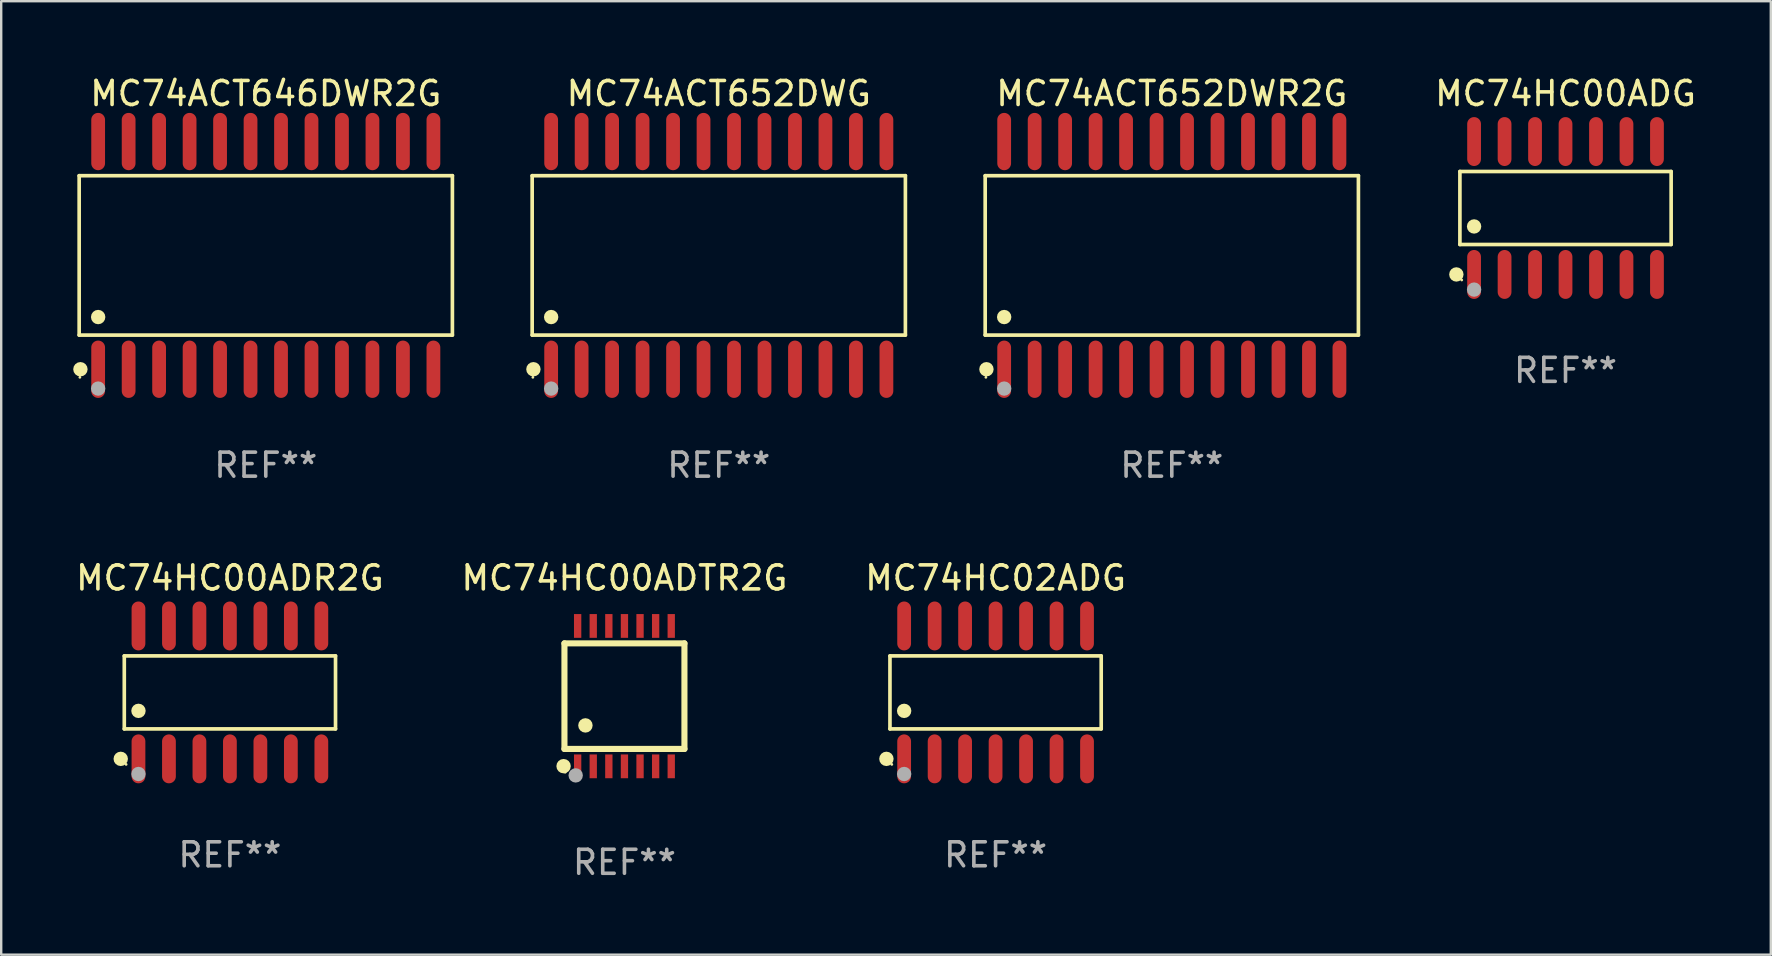
<source format=kicad_pcb>
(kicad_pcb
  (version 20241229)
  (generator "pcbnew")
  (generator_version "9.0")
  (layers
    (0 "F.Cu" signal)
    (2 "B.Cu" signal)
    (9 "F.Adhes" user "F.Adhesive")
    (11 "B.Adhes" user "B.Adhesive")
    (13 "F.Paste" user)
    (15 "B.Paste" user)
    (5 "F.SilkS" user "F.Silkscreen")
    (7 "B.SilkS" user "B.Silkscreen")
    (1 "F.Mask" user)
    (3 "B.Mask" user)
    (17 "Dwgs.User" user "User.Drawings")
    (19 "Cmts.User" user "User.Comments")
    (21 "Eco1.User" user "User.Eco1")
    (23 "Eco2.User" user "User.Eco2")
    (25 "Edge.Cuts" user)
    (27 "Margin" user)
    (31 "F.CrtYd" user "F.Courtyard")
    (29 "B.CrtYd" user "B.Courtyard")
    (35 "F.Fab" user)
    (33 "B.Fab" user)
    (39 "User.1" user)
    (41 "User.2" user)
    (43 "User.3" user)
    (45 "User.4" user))
  (footprint "MC74HC00ADR2G"
    (layer "F.Cu")
    (at 6.53 25.802)
    (property "Reference" "MC74HC00ADR2G" (at 0 -4.769 0) (layer "F.SilkS") (effects (font (size 1 1) (thickness 0.15))))
    (attr through_hole)
    (fp_line (start -4.401 -1.521) (end 4.401 -1.521) (stroke (width 0.152) (type solid)) (layer "F.SilkS"))
    (fp_line (start -4.401 1.521) (end -4.401 -1.521) (stroke (width 0.152) (type solid)) (layer "F.SilkS"))
    (fp_line (start 4.401 -1.521) (end 4.401 1.521) (stroke (width 0.152) (type solid)) (layer "F.SilkS"))
    (fp_line (start 4.401 1.521) (end -4.401 1.521) (stroke (width 0.152) (type solid)) (layer "F.SilkS"))
    (fp_circle (center -4.549 2.769) (end -4.399 2.769) (stroke (width 0.3) (type solid)) (fill no) (layer "F.SilkS"))
    (fp_circle (center -4.325 3) (end -4.295 3) (stroke (width 0.06) (type solid)) (fill no) (layer "F.SilkS"))
    (fp_circle (center -3.81 0.769) (end -3.66 0.769) (stroke (width 0.3) (type solid)) (fill no) (layer "F.SilkS"))
    (fp_circle (center -3.81 3.4) (end -3.66 3.4) (stroke (width 0.3) (type solid)) (fill no) (layer "F.Fab"))
    (fp_text user "REF**" (at 0 6.769 0) (layer "F.Fab") (effects (font (size 1 1) (thickness 0.15))))
    (pad "1" smd oval (at -3.81 2.769) (size 0.574 2.038) (layers "F.Cu" "F.Mask" "F.Paste"))
    (pad "2" smd oval (at -2.54 2.769) (size 0.574 2.038) (layers "F.Cu" "F.Mask" "F.Paste"))
    (pad "3" smd oval (at -1.27 2.769) (size 0.574 2.038) (layers "F.Cu" "F.Mask" "F.Paste"))
    (pad "4" smd oval (at 0 2.769) (size 0.574 2.038) (layers "F.Cu" "F.Mask" "F.Paste"))
    (pad "5" smd oval (at 1.27 2.769) (size 0.574 2.038) (layers "F.Cu" "F.Mask" "F.Paste"))
    (pad "6" smd oval (at 2.54 2.769) (size 0.574 2.038) (layers "F.Cu" "F.Mask" "F.Paste"))
    (pad "7" smd oval (at 3.81 2.769) (size 0.574 2.038) (layers "F.Cu" "F.Mask" "F.Paste"))
    (pad "8" smd oval (at 3.81 -2.769) (size 0.574 2.038) (layers "F.Cu" "F.Mask" "F.Paste"))
    (pad "9" smd oval (at 2.54 -2.769) (size 0.574 2.038) (layers "F.Cu" "F.Mask" "F.Paste"))
    (pad "10" smd oval (at 1.27 -2.769) (size 0.574 2.038) (layers "F.Cu" "F.Mask" "F.Paste"))
    (pad "11" smd oval (at 0 -2.769) (size 0.574 2.038) (layers "F.Cu" "F.Mask" "F.Paste"))
    (pad "12" smd oval (at -1.27 -2.769) (size 0.574 2.038) (layers "F.Cu" "F.Mask" "F.Paste"))
    (pad "13" smd oval (at -2.54 -2.769) (size 0.574 2.038) (layers "F.Cu" "F.Mask" "F.Paste"))
    (pad "14" smd oval (at -3.81 -2.769) (size 0.574 2.038) (layers "F.Cu" "F.Mask" "F.Paste")))
  (footprint "MC74HC00ADG"
    (layer "F.Cu")
    (at 62.184 5.617)
    (property "Reference" "MC74HC00ADG" (at 0 -4.769 0) (layer "F.SilkS") (effects (font (size 1 1) (thickness 0.15))))
    (attr through_hole)
    (fp_line (start -4.401 -1.521) (end 4.401 -1.521) (stroke (width 0.152) (type solid)) (layer "F.SilkS"))
    (fp_line (start -4.401 1.521) (end -4.401 -1.521) (stroke (width 0.152) (type solid)) (layer "F.SilkS"))
    (fp_line (start 4.401 -1.521) (end 4.401 1.521) (stroke (width 0.152) (type solid)) (layer "F.SilkS"))
    (fp_line (start 4.401 1.521) (end -4.401 1.521) (stroke (width 0.152) (type solid)) (layer "F.SilkS"))
    (fp_circle (center -4.549 2.769) (end -4.399 2.769) (stroke (width 0.3) (type solid)) (fill no) (layer "F.SilkS"))
    (fp_circle (center -4.325 3) (end -4.295 3) (stroke (width 0.06) (type solid)) (fill no) (layer "F.SilkS"))
    (fp_circle (center -3.81 0.769) (end -3.66 0.769) (stroke (width 0.3) (type solid)) (fill no) (layer "F.SilkS"))
    (fp_circle (center -3.81 3.4) (end -3.66 3.4) (stroke (width 0.3) (type solid)) (fill no) (layer "F.Fab"))
    (fp_text user "REF**" (at 0 6.769 0) (layer "F.Fab") (effects (font (size 1 1) (thickness 0.15))))
    (pad "1" smd oval (at -3.81 2.769) (size 0.574 2.038) (layers "F.Cu" "F.Mask" "F.Paste"))
    (pad "2" smd oval (at -2.54 2.769) (size 0.574 2.038) (layers "F.Cu" "F.Mask" "F.Paste"))
    (pad "3" smd oval (at -1.27 2.769) (size 0.574 2.038) (layers "F.Cu" "F.Mask" "F.Paste"))
    (pad "4" smd oval (at 0 2.769) (size 0.574 2.038) (layers "F.Cu" "F.Mask" "F.Paste"))
    (pad "5" smd oval (at 1.27 2.769) (size 0.574 2.038) (layers "F.Cu" "F.Mask" "F.Paste"))
    (pad "6" smd oval (at 2.54 2.769) (size 0.574 2.038) (layers "F.Cu" "F.Mask" "F.Paste"))
    (pad "7" smd oval (at 3.81 2.769) (size 0.574 2.038) (layers "F.Cu" "F.Mask" "F.Paste"))
    (pad "8" smd oval (at 3.81 -2.769) (size 0.574 2.038) (layers "F.Cu" "F.Mask" "F.Paste"))
    (pad "9" smd oval (at 2.54 -2.769) (size 0.574 2.038) (layers "F.Cu" "F.Mask" "F.Paste"))
    (pad "10" smd oval (at 1.27 -2.769) (size 0.574 2.038) (layers "F.Cu" "F.Mask" "F.Paste"))
    (pad "11" smd oval (at 0 -2.769) (size 0.574 2.038) (layers "F.Cu" "F.Mask" "F.Paste"))
    (pad "12" smd oval (at -1.27 -2.769) (size 0.574 2.038) (layers "F.Cu" "F.Mask" "F.Paste"))
    (pad "13" smd oval (at -2.54 -2.769) (size 0.574 2.038) (layers "F.Cu" "F.Mask" "F.Paste"))
    (pad "14" smd oval (at -3.81 -2.769) (size 0.574 2.038) (layers "F.Cu" "F.Mask" "F.Paste")))
  (footprint "MC74ACT646DWR2G"
    (layer "F.Cu")
    (at 8.025 7.592)
    (property "Reference" "MC74ACT646DWR2G" (at 0 -6.744 0) (layer "F.SilkS") (effects (font (size 1 1) (thickness 0.15))))
    (attr through_hole)
    (fp_line (start -7.776 -3.321) (end 7.776 -3.321) (stroke (width 0.152) (type solid)) (layer "F.SilkS"))
    (fp_line (start -7.776 3.321) (end -7.776 -3.321) (stroke (width 0.152) (type solid)) (layer "F.SilkS"))
    (fp_line (start 7.776 -3.321) (end 7.776 3.321) (stroke (width 0.152) (type solid)) (layer "F.SilkS"))
    (fp_line (start 7.776 3.321) (end -7.776 3.321) (stroke (width 0.152) (type solid)) (layer "F.SilkS"))
    (fp_circle (center -7.747 5.08) (end -7.717 5.08) (stroke (width 0.06) (type solid)) (fill no) (layer "F.SilkS"))
    (fp_circle (center -7.724 4.744) (end -7.574 4.744) (stroke (width 0.3) (type solid)) (fill no) (layer "F.SilkS"))
    (fp_circle (center -6.985 2.569) (end -6.835 2.569) (stroke (width 0.3) (type solid)) (fill no) (layer "F.SilkS"))
    (fp_circle (center -6.985 5.55) (end -6.835 5.55) (stroke (width 0.3) (type solid)) (fill no) (layer "F.Fab"))
    (fp_text user "REF**" (at 0 8.744 0) (layer "F.Fab") (effects (font (size 1 1) (thickness 0.15))))
    (pad "1" smd oval (at -6.985 4.744) (size 0.574 2.388) (layers "F.Cu" "F.Mask" "F.Paste"))
    (pad "2" smd oval (at -5.715 4.744) (size 0.574 2.388) (layers "F.Cu" "F.Mask" "F.Paste"))
    (pad "3" smd oval (at -4.445 4.744) (size 0.574 2.388) (layers "F.Cu" "F.Mask" "F.Paste"))
    (pad "4" smd oval (at -3.175 4.744) (size 0.574 2.388) (layers "F.Cu" "F.Mask" "F.Paste"))
    (pad "5" smd oval (at -1.905 4.744) (size 0.574 2.388) (layers "F.Cu" "F.Mask" "F.Paste"))
    (pad "6" smd oval (at -0.635 4.744) (size 0.574 2.388) (layers "F.Cu" "F.Mask" "F.Paste"))
    (pad "7" smd oval (at 0.635 4.744) (size 0.574 2.388) (layers "F.Cu" "F.Mask" "F.Paste"))
    (pad "8" smd oval (at 1.905 4.744) (size 0.574 2.388) (layers "F.Cu" "F.Mask" "F.Paste"))
    (pad "9" smd oval (at 3.175 4.744) (size 0.574 2.388) (layers "F.Cu" "F.Mask" "F.Paste"))
    (pad "10" smd oval (at 4.445 4.744) (size 0.574 2.388) (layers "F.Cu" "F.Mask" "F.Paste"))
    (pad "11" smd oval (at 5.715 4.744) (size 0.574 2.388) (layers "F.Cu" "F.Mask" "F.Paste"))
    (pad "12" smd oval (at 6.985 4.744) (size 0.574 2.388) (layers "F.Cu" "F.Mask" "F.Paste"))
    (pad "13" smd oval (at 6.985 -4.744) (size 0.574 2.388) (layers "F.Cu" "F.Mask" "F.Paste"))
    (pad "14" smd oval (at 5.715 -4.744) (size 0.574 2.388) (layers "F.Cu" "F.Mask" "F.Paste"))
    (pad "15" smd oval (at 4.445 -4.744) (size 0.574 2.388) (layers "F.Cu" "F.Mask" "F.Paste"))
    (pad "16" smd oval (at 3.175 -4.744) (size 0.574 2.388) (layers "F.Cu" "F.Mask" "F.Paste"))
    (pad "17" smd oval (at 1.905 -4.744) (size 0.574 2.388) (layers "F.Cu" "F.Mask" "F.Paste"))
    (pad "18" smd oval (at 0.635 -4.744) (size 0.574 2.388) (layers "F.Cu" "F.Mask" "F.Paste"))
    (pad "19" smd oval (at -0.635 -4.744) (size 0.574 2.388) (layers "F.Cu" "F.Mask" "F.Paste"))
    (pad "20" smd oval (at -1.905 -4.744) (size 0.574 2.388) (layers "F.Cu" "F.Mask" "F.Paste"))
    (pad "21" smd oval (at -3.175 -4.744) (size 0.574 2.388) (layers "F.Cu" "F.Mask" "F.Paste"))
    (pad "22" smd oval (at -4.445 -4.744) (size 0.574 2.388) (layers "F.Cu" "F.Mask" "F.Paste"))
    (pad "23" smd oval (at -5.715 -4.744) (size 0.574 2.388) (layers "F.Cu" "F.Mask" "F.Paste"))
    (pad "24" smd oval (at -6.985 -4.744) (size 0.574 2.388) (layers "F.Cu" "F.Mask" "F.Paste")))
  (footprint "MC74HC00ADTR2G"
    (layer "F.Cu")
    (at 22.97 25.958)
    (property "Reference" "MC74HC00ADTR2G" (at 0 -4.925 0) (layer "F.SilkS") (effects (font (size 1 1) (thickness 0.15))))
    (attr through_hole)
    (fp_line (start -2.5 2.2) (end -2.5 -2.2) (stroke (width 0.254) (type solid)) (layer "F.SilkS"))
    (fp_line (start -2.5 2.2) (end 2.5 2.2) (stroke (width 0.254) (type solid)) (layer "F.SilkS"))
    (fp_line (start 2.5 -2.2) (end -2.5 -2.2) (stroke (width 0.254) (type solid)) (layer "F.SilkS"))
    (fp_line (start 2.5 -2.2) (end 2.5 2.2) (stroke (width 0.254) (type solid)) (layer "F.SilkS"))
    (fp_circle (center -2.536 2.917) (end -2.386 2.917) (stroke (width 0.3) (type solid)) (fill no) (layer "F.SilkS"))
    (fp_circle (center -2.47 3.17) (end -2.44 3.17) (stroke (width 0.06) (type solid)) (fill no) (layer "F.SilkS"))
    (fp_circle (center -1.626 1.219) (end -1.475 1.219) (stroke (width 0.3) (type solid)) (fill no) (layer "F.SilkS"))
    (fp_circle (center -2.032 3.302) (end -1.882 3.302) (stroke (width 0.3) (type solid)) (fill no) (layer "F.Fab"))
    (fp_text user "REF**" (at 0 6.925 0) (layer "F.Fab") (effects (font (size 1 1) (thickness 0.15))))
    (pad "1" smd rect (at -1.95 2.925) (size 0.305 0.991) (layers "F.Cu" "F.Mask" "F.Paste"))
    (pad "2" smd rect (at -1.3 2.925) (size 0.305 0.991) (layers "F.Cu" "F.Mask" "F.Paste"))
    (pad "3" smd rect (at -0.65 2.925) (size 0.305 0.991) (layers "F.Cu" "F.Mask" "F.Paste"))
    (pad "4" smd rect (at 0 2.925) (size 0.305 0.991) (layers "F.Cu" "F.Mask" "F.Paste"))
    (pad "5" smd rect (at 0.65 2.925) (size 0.305 0.991) (layers "F.Cu" "F.Mask" "F.Paste"))
    (pad "6" smd rect (at 1.3 2.925) (size 0.305 0.991) (layers "F.Cu" "F.Mask" "F.Paste"))
    (pad "7" smd rect (at 1.95 2.925) (size 0.305 0.991) (layers "F.Cu" "F.Mask" "F.Paste"))
    (pad "8" smd rect (at 1.95 -2.925) (size 0.305 0.991) (layers "F.Cu" "F.Mask" "F.Paste"))
    (pad "9" smd rect (at 1.3 -2.925) (size 0.305 0.991) (layers "F.Cu" "F.Mask" "F.Paste"))
    (pad "10" smd rect (at 0.65 -2.925) (size 0.305 0.991) (layers "F.Cu" "F.Mask" "F.Paste"))
    (pad "11" smd rect (at 0 -2.925) (size 0.305 0.991) (layers "F.Cu" "F.Mask" "F.Paste"))
    (pad "12" smd rect (at -0.65 -2.925) (size 0.305 0.991) (layers "F.Cu" "F.Mask" "F.Paste"))
    (pad "13" smd rect (at -1.3 -2.925) (size 0.305 0.991) (layers "F.Cu" "F.Mask" "F.Paste"))
    (pad "14" smd rect (at -1.95 -2.925) (size 0.305 0.991) (layers "F.Cu" "F.Mask" "F.Paste")))
  (footprint "MC74ACT652DWR2G"
    (layer "F.Cu")
    (at 45.778 7.592)
    (property "Reference" "MC74ACT652DWR2G" (at 0 -6.744 0) (layer "F.SilkS") (effects (font (size 1 1) (thickness 0.15))))
    (attr through_hole)
    (fp_line (start -7.776 -3.321) (end 7.776 -3.321) (stroke (width 0.152) (type solid)) (layer "F.SilkS"))
    (fp_line (start -7.776 3.321) (end -7.776 -3.321) (stroke (width 0.152) (type solid)) (layer "F.SilkS"))
    (fp_line (start 7.776 -3.321) (end 7.776 3.321) (stroke (width 0.152) (type solid)) (layer "F.SilkS"))
    (fp_line (start 7.776 3.321) (end -7.776 3.321) (stroke (width 0.152) (type solid)) (layer "F.SilkS"))
    (fp_circle (center -7.747 5.08) (end -7.717 5.08) (stroke (width 0.06) (type solid)) (fill no) (layer "F.SilkS"))
    (fp_circle (center -7.724 4.744) (end -7.574 4.744) (stroke (width 0.3) (type solid)) (fill no) (layer "F.SilkS"))
    (fp_circle (center -6.985 2.569) (end -6.835 2.569) (stroke (width 0.3) (type solid)) (fill no) (layer "F.SilkS"))
    (fp_circle (center -6.985 5.55) (end -6.835 5.55) (stroke (width 0.3) (type solid)) (fill no) (layer "F.Fab"))
    (fp_text user "REF**" (at 0 8.744 0) (layer "F.Fab") (effects (font (size 1 1) (thickness 0.15))))
    (pad "1" smd oval (at -6.985 4.744) (size 0.574 2.388) (layers "F.Cu" "F.Mask" "F.Paste"))
    (pad "2" smd oval (at -5.715 4.744) (size 0.574 2.388) (layers "F.Cu" "F.Mask" "F.Paste"))
    (pad "3" smd oval (at -4.445 4.744) (size 0.574 2.388) (layers "F.Cu" "F.Mask" "F.Paste"))
    (pad "4" smd oval (at -3.175 4.744) (size 0.574 2.388) (layers "F.Cu" "F.Mask" "F.Paste"))
    (pad "5" smd oval (at -1.905 4.744) (size 0.574 2.388) (layers "F.Cu" "F.Mask" "F.Paste"))
    (pad "6" smd oval (at -0.635 4.744) (size 0.574 2.388) (layers "F.Cu" "F.Mask" "F.Paste"))
    (pad "7" smd oval (at 0.635 4.744) (size 0.574 2.388) (layers "F.Cu" "F.Mask" "F.Paste"))
    (pad "8" smd oval (at 1.905 4.744) (size 0.574 2.388) (layers "F.Cu" "F.Mask" "F.Paste"))
    (pad "9" smd oval (at 3.175 4.744) (size 0.574 2.388) (layers "F.Cu" "F.Mask" "F.Paste"))
    (pad "10" smd oval (at 4.445 4.744) (size 0.574 2.388) (layers "F.Cu" "F.Mask" "F.Paste"))
    (pad "11" smd oval (at 5.715 4.744) (size 0.574 2.388) (layers "F.Cu" "F.Mask" "F.Paste"))
    (pad "12" smd oval (at 6.985 4.744) (size 0.574 2.388) (layers "F.Cu" "F.Mask" "F.Paste"))
    (pad "13" smd oval (at 6.985 -4.744) (size 0.574 2.388) (layers "F.Cu" "F.Mask" "F.Paste"))
    (pad "14" smd oval (at 5.715 -4.744) (size 0.574 2.388) (layers "F.Cu" "F.Mask" "F.Paste"))
    (pad "15" smd oval (at 4.445 -4.744) (size 0.574 2.388) (layers "F.Cu" "F.Mask" "F.Paste"))
    (pad "16" smd oval (at 3.175 -4.744) (size 0.574 2.388) (layers "F.Cu" "F.Mask" "F.Paste"))
    (pad "17" smd oval (at 1.905 -4.744) (size 0.574 2.388) (layers "F.Cu" "F.Mask" "F.Paste"))
    (pad "18" smd oval (at 0.635 -4.744) (size 0.574 2.388) (layers "F.Cu" "F.Mask" "F.Paste"))
    (pad "19" smd oval (at -0.635 -4.744) (size 0.574 2.388) (layers "F.Cu" "F.Mask" "F.Paste"))
    (pad "20" smd oval (at -1.905 -4.744) (size 0.574 2.388) (layers "F.Cu" "F.Mask" "F.Paste"))
    (pad "21" smd oval (at -3.175 -4.744) (size 0.574 2.388) (layers "F.Cu" "F.Mask" "F.Paste"))
    (pad "22" smd oval (at -4.445 -4.744) (size 0.574 2.388) (layers "F.Cu" "F.Mask" "F.Paste"))
    (pad "23" smd oval (at -5.715 -4.744) (size 0.574 2.388) (layers "F.Cu" "F.Mask" "F.Paste"))
    (pad "24" smd oval (at -6.985 -4.744) (size 0.574 2.388) (layers "F.Cu" "F.Mask" "F.Paste")))
  (footprint "MC74ACT652DWG"
    (layer "F.Cu")
    (at 26.901 7.592)
    (property "Reference" "MC74ACT652DWG" (at 0 -6.744 0) (layer "F.SilkS") (effects (font (size 1 1) (thickness 0.15))))
    (attr through_hole)
    (fp_line (start -7.776 -3.321) (end 7.776 -3.321) (stroke (width 0.152) (type solid)) (layer "F.SilkS"))
    (fp_line (start -7.776 3.321) (end -7.776 -3.321) (stroke (width 0.152) (type solid)) (layer "F.SilkS"))
    (fp_line (start 7.776 -3.321) (end 7.776 3.321) (stroke (width 0.152) (type solid)) (layer "F.SilkS"))
    (fp_line (start 7.776 3.321) (end -7.776 3.321) (stroke (width 0.152) (type solid)) (layer "F.SilkS"))
    (fp_circle (center -7.747 5.08) (end -7.717 5.08) (stroke (width 0.06) (type solid)) (fill no) (layer "F.SilkS"))
    (fp_circle (center -7.724 4.744) (end -7.574 4.744) (stroke (width 0.3) (type solid)) (fill no) (layer "F.SilkS"))
    (fp_circle (center -6.985 2.569) (end -6.835 2.569) (stroke (width 0.3) (type solid)) (fill no) (layer "F.SilkS"))
    (fp_circle (center -6.985 5.55) (end -6.835 5.55) (stroke (width 0.3) (type solid)) (fill no) (layer "F.Fab"))
    (fp_text user "REF**" (at 0 8.744 0) (layer "F.Fab") (effects (font (size 1 1) (thickness 0.15))))
    (pad "1" smd oval (at -6.985 4.744) (size 0.574 2.388) (layers "F.Cu" "F.Mask" "F.Paste"))
    (pad "2" smd oval (at -5.715 4.744) (size 0.574 2.388) (layers "F.Cu" "F.Mask" "F.Paste"))
    (pad "3" smd oval (at -4.445 4.744) (size 0.574 2.388) (layers "F.Cu" "F.Mask" "F.Paste"))
    (pad "4" smd oval (at -3.175 4.744) (size 0.574 2.388) (layers "F.Cu" "F.Mask" "F.Paste"))
    (pad "5" smd oval (at -1.905 4.744) (size 0.574 2.388) (layers "F.Cu" "F.Mask" "F.Paste"))
    (pad "6" smd oval (at -0.635 4.744) (size 0.574 2.388) (layers "F.Cu" "F.Mask" "F.Paste"))
    (pad "7" smd oval (at 0.635 4.744) (size 0.574 2.388) (layers "F.Cu" "F.Mask" "F.Paste"))
    (pad "8" smd oval (at 1.905 4.744) (size 0.574 2.388) (layers "F.Cu" "F.Mask" "F.Paste"))
    (pad "9" smd oval (at 3.175 4.744) (size 0.574 2.388) (layers "F.Cu" "F.Mask" "F.Paste"))
    (pad "10" smd oval (at 4.445 4.744) (size 0.574 2.388) (layers "F.Cu" "F.Mask" "F.Paste"))
    (pad "11" smd oval (at 5.715 4.744) (size 0.574 2.388) (layers "F.Cu" "F.Mask" "F.Paste"))
    (pad "12" smd oval (at 6.985 4.744) (size 0.574 2.388) (layers "F.Cu" "F.Mask" "F.Paste"))
    (pad "13" smd oval (at 6.985 -4.744) (size 0.574 2.388) (layers "F.Cu" "F.Mask" "F.Paste"))
    (pad "14" smd oval (at 5.715 -4.744) (size 0.574 2.388) (layers "F.Cu" "F.Mask" "F.Paste"))
    (pad "15" smd oval (at 4.445 -4.744) (size 0.574 2.388) (layers "F.Cu" "F.Mask" "F.Paste"))
    (pad "16" smd oval (at 3.175 -4.744) (size 0.574 2.388) (layers "F.Cu" "F.Mask" "F.Paste"))
    (pad "17" smd oval (at 1.905 -4.744) (size 0.574 2.388) (layers "F.Cu" "F.Mask" "F.Paste"))
    (pad "18" smd oval (at 0.635 -4.744) (size 0.574 2.388) (layers "F.Cu" "F.Mask" "F.Paste"))
    (pad "19" smd oval (at -0.635 -4.744) (size 0.574 2.388) (layers "F.Cu" "F.Mask" "F.Paste"))
    (pad "20" smd oval (at -1.905 -4.744) (size 0.574 2.388) (layers "F.Cu" "F.Mask" "F.Paste"))
    (pad "21" smd oval (at -3.175 -4.744) (size 0.574 2.388) (layers "F.Cu" "F.Mask" "F.Paste"))
    (pad "22" smd oval (at -4.445 -4.744) (size 0.574 2.388) (layers "F.Cu" "F.Mask" "F.Paste"))
    (pad "23" smd oval (at -5.715 -4.744) (size 0.574 2.388) (layers "F.Cu" "F.Mask" "F.Paste"))
    (pad "24" smd oval (at -6.985 -4.744) (size 0.574 2.388) (layers "F.Cu" "F.Mask" "F.Paste")))
  (footprint "MC74HC02ADG"
    (layer "F.Cu")
    (at 38.435 25.802)
    (property "Reference" "MC74HC02ADG" (at 0 -4.769 0) (layer "F.SilkS") (effects (font (size 1 1) (thickness 0.15))))
    (attr through_hole)
    (fp_line (start -4.401 -1.521) (end 4.401 -1.521) (stroke (width 0.152) (type solid)) (layer "F.SilkS"))
    (fp_line (start -4.401 1.521) (end -4.401 -1.521) (stroke (width 0.152) (type solid)) (layer "F.SilkS"))
    (fp_line (start 4.401 -1.521) (end 4.401 1.521) (stroke (width 0.152) (type solid)) (layer "F.SilkS"))
    (fp_line (start 4.401 1.521) (end -4.401 1.521) (stroke (width 0.152) (type solid)) (layer "F.SilkS"))
    (fp_circle (center -4.549 2.769) (end -4.399 2.769) (stroke (width 0.3) (type solid)) (fill no) (layer "F.SilkS"))
    (fp_circle (center -4.325 3) (end -4.295 3) (stroke (width 0.06) (type solid)) (fill no) (layer "F.SilkS"))
    (fp_circle (center -3.81 0.769) (end -3.66 0.769) (stroke (width 0.3) (type solid)) (fill no) (layer "F.SilkS"))
    (fp_circle (center -3.81 3.4) (end -3.66 3.4) (stroke (width 0.3) (type solid)) (fill no) (layer "F.Fab"))
    (fp_text user "REF**" (at 0 6.769 0) (layer "F.Fab") (effects (font (size 1 1) (thickness 0.15))))
    (pad "1" smd oval (at -3.81 2.769) (size 0.574 2.038) (layers "F.Cu" "F.Mask" "F.Paste"))
    (pad "2" smd oval (at -2.54 2.769) (size 0.574 2.038) (layers "F.Cu" "F.Mask" "F.Paste"))
    (pad "3" smd oval (at -1.27 2.769) (size 0.574 2.038) (layers "F.Cu" "F.Mask" "F.Paste"))
    (pad "4" smd oval (at 0 2.769) (size 0.574 2.038) (layers "F.Cu" "F.Mask" "F.Paste"))
    (pad "5" smd oval (at 1.27 2.769) (size 0.574 2.038) (layers "F.Cu" "F.Mask" "F.Paste"))
    (pad "6" smd oval (at 2.54 2.769) (size 0.574 2.038) (layers "F.Cu" "F.Mask" "F.Paste"))
    (pad "7" smd oval (at 3.81 2.769) (size 0.574 2.038) (layers "F.Cu" "F.Mask" "F.Paste"))
    (pad "8" smd oval (at 3.81 -2.769) (size 0.574 2.038) (layers "F.Cu" "F.Mask" "F.Paste"))
    (pad "9" smd oval (at 2.54 -2.769) (size 0.574 2.038) (layers "F.Cu" "F.Mask" "F.Paste"))
    (pad "10" smd oval (at 1.27 -2.769) (size 0.574 2.038) (layers "F.Cu" "F.Mask" "F.Paste"))
    (pad "11" smd oval (at 0 -2.769) (size 0.574 2.038) (layers "F.Cu" "F.Mask" "F.Paste"))
    (pad "12" smd oval (at -1.27 -2.769) (size 0.574 2.038) (layers "F.Cu" "F.Mask" "F.Paste"))
    (pad "13" smd oval (at -2.54 -2.769) (size 0.574 2.038) (layers "F.Cu" "F.Mask" "F.Paste"))
    (pad "14" smd oval (at -3.81 -2.769) (size 0.574 2.038) (layers "F.Cu" "F.Mask" "F.Paste")))
  (gr_rect
    (start -3 -3)
    (end 70.738 36.731)
    (stroke (width 0.1) (type default))
    (fill no)
    (layer "Edge.Cuts")))
</source>
